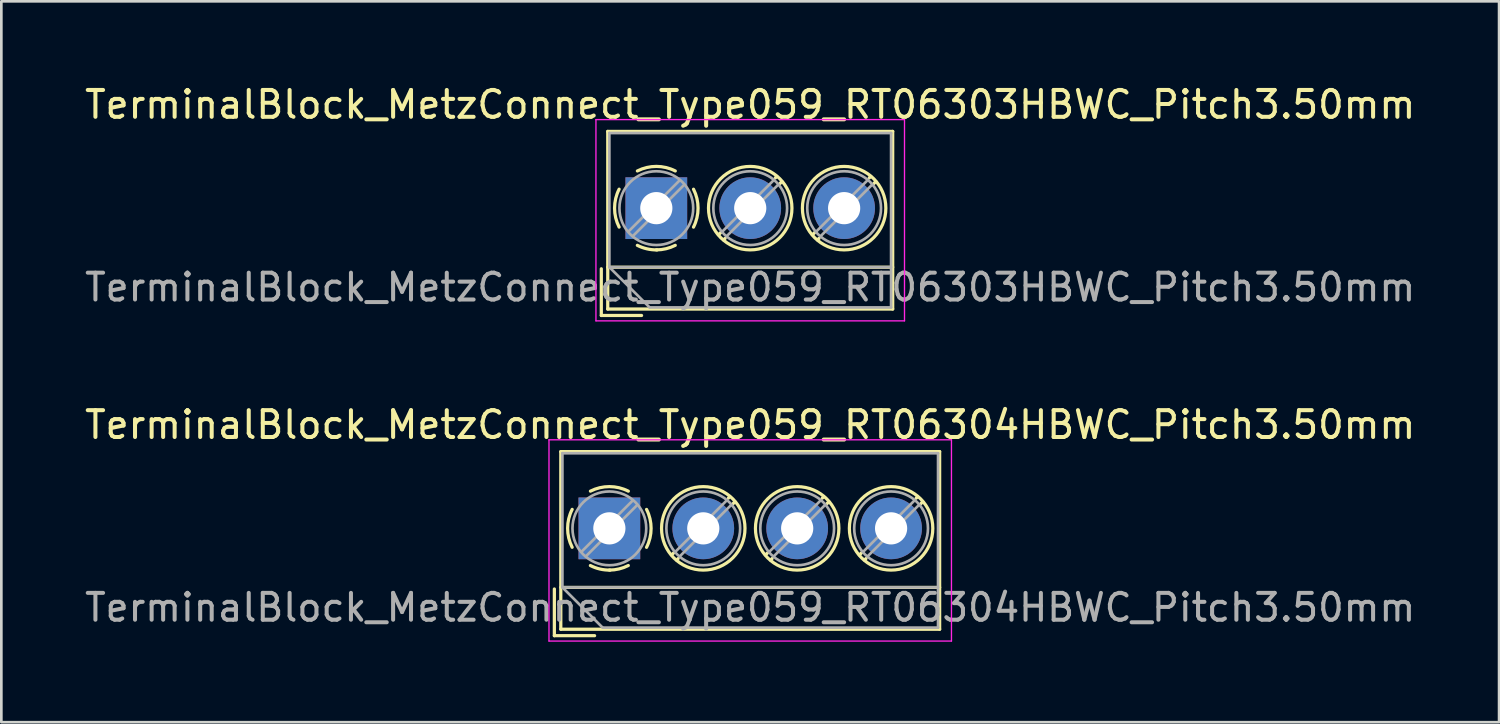
<source format=kicad_pcb>
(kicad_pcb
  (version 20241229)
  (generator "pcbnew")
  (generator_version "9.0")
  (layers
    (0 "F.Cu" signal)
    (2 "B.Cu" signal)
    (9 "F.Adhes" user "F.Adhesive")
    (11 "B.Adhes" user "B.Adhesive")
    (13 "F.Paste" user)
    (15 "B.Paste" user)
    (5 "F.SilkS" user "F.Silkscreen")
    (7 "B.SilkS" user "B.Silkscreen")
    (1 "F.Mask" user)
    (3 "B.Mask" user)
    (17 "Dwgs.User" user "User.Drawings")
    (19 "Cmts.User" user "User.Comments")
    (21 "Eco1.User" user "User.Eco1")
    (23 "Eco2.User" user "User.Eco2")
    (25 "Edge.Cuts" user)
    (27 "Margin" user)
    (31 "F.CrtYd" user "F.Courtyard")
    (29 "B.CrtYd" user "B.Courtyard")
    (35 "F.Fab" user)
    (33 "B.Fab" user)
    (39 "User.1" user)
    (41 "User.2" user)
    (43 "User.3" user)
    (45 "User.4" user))
  (footprint "TerminalBlock_MetzConnect_Type059_RT06303HBWC_Pitch3.50mm"
    (layer "F.Cu")
    (at 21.411 4.708)
    (property "Reference" "TerminalBlock_MetzConnect_Type059_RT06303HBWC_Pitch3.50mm" (at 3.5 -3.86 0) (layer "F.SilkS") (effects (font (size 1 1) (thickness 0.15))))
    (attr through_hole)
    (fp_line (start -2.05 2.26) (end -2.05 4) (stroke (width 0.12) (type solid)) (layer "F.SilkS"))
    (fp_line (start -2.05 4) (end -0.55 4) (stroke (width 0.12) (type solid)) (layer "F.SilkS"))
    (fp_line (start -1.81 -2.86) (end -1.81 3.76) (stroke (width 0.12) (type solid)) (layer "F.SilkS"))
    (fp_line (start -1.81 2.2) (end 8.81 2.2) (stroke (width 0.12) (type solid)) (layer "F.SilkS"))
    (fp_line (start -1.81 3.76) (end 8.81 3.76) (stroke (width 0.12) (type solid)) (layer "F.SilkS"))
    (fp_line (start 2.397 0.914) (end 2.321 0.99) (stroke (width 0.12) (type solid)) (layer "F.SilkS"))
    (fp_line (start 2.565 1.125) (end 2.511 1.18) (stroke (width 0.12) (type solid)) (layer "F.SilkS"))
    (fp_line (start 4.49 -1.18) (end 4.436 -1.126) (stroke (width 0.12) (type solid)) (layer "F.SilkS"))
    (fp_line (start 4.68 -0.99) (end 4.604 -0.914) (stroke (width 0.12) (type solid)) (layer "F.SilkS"))
    (fp_line (start 5.897 0.914) (end 5.821 0.99) (stroke (width 0.12) (type solid)) (layer "F.SilkS"))
    (fp_line (start 6.065 1.125) (end 6.011 1.18) (stroke (width 0.12) (type solid)) (layer "F.SilkS"))
    (fp_line (start 7.99 -1.18) (end 7.936 -1.126) (stroke (width 0.12) (type solid)) (layer "F.SilkS"))
    (fp_line (start 8.18 -0.99) (end 8.104 -0.914) (stroke (width 0.12) (type solid)) (layer "F.SilkS"))
    (fp_line (start 8.81 -2.86) (end -1.81 -2.86) (stroke (width 0.12) (type solid)) (layer "F.SilkS"))
    (fp_line (start 8.81 3.76) (end 8.81 -2.86) (stroke (width 0.12) (type solid)) (layer "F.SilkS"))
    (fp_arc (start -1.386645 0.705733) (mid -1.555906 -0.000711) (end -1.386 -0.707) (stroke (width 0.12) (type solid)) (layer "F.SilkS"))
    (fp_arc (start -0.705733 -1.386645) (mid 0.000711 -1.555906) (end 0.707 -1.386) (stroke (width 0.12) (type solid)) (layer "F.SilkS"))
    (fp_arc (start 0.026444 1.555682) (mid -0.350695 1.515869) (end -0.707 1.386) (stroke (width 0.12) (type solid)) (layer "F.SilkS"))
    (fp_arc (start 0.705955 1.385515) (mid 0.363007 1.512035) (end 0 1.555) (stroke (width 0.12) (type solid)) (layer "F.SilkS"))
    (fp_arc (start 1.386645 -0.705733) (mid 1.555906 0.000711) (end 1.386 0.707) (stroke (width 0.12) (type solid)) (layer "F.SilkS"))
    (fp_circle (center 3.5 0) (end 5.055 0) (stroke (width 0.12) (type solid)) (fill no) (layer "F.SilkS"))
    (fp_circle (center 7 0) (end 8.555 0) (stroke (width 0.12) (type solid)) (fill no) (layer "F.SilkS"))
    (fp_line (start -2.25 -3.3) (end -2.25 4.2) (stroke (width 0.05) (type solid)) (layer "F.CrtYd"))
    (fp_line (start -2.25 4.2) (end 9.25 4.2) (stroke (width 0.05) (type solid)) (layer "F.CrtYd"))
    (fp_line (start 9.25 -3.3) (end -2.25 -3.3) (stroke (width 0.05) (type solid)) (layer "F.CrtYd"))
    (fp_line (start 9.25 4.2) (end 9.25 -3.3) (stroke (width 0.05) (type solid)) (layer "F.CrtYd"))
    (fp_line (start -1.75 -2.8) (end 8.75 -2.8) (stroke (width 0.1) (type solid)) (layer "F.Fab"))
    (fp_line (start -1.75 2.2) (end -1.75 -2.8) (stroke (width 0.1) (type solid)) (layer "F.Fab"))
    (fp_line (start -1.75 2.2) (end 8.75 2.2) (stroke (width 0.1) (type solid)) (layer "F.Fab"))
    (fp_line (start -0.25 3.7) (end -1.75 2.2) (stroke (width 0.1) (type solid)) (layer "F.Fab"))
    (fp_line (start 0.876 -1.043) (end -1.043 0.875) (stroke (width 0.1) (type solid)) (layer "F.Fab"))
    (fp_line (start 1.043 -0.875) (end -0.876 1.043) (stroke (width 0.1) (type solid)) (layer "F.Fab"))
    (fp_line (start 4.376 -1.043) (end 2.458 0.875) (stroke (width 0.1) (type solid)) (layer "F.Fab"))
    (fp_line (start 4.543 -0.875) (end 2.625 1.043) (stroke (width 0.1) (type solid)) (layer "F.Fab"))
    (fp_line (start 7.876 -1.043) (end 5.958 0.875) (stroke (width 0.1) (type solid)) (layer "F.Fab"))
    (fp_line (start 8.043 -0.875) (end 6.125 1.043) (stroke (width 0.1) (type solid)) (layer "F.Fab"))
    (fp_line (start 8.75 -2.8) (end 8.75 3.7) (stroke (width 0.1) (type solid)) (layer "F.Fab"))
    (fp_line (start 8.75 3.7) (end -0.25 3.7) (stroke (width 0.1) (type solid)) (layer "F.Fab"))
    (fp_circle (center 0 0) (end 1.375 0) (stroke (width 0.1) (type solid)) (fill no) (layer "F.Fab"))
    (fp_circle (center 3.5 0) (end 4.875 0) (stroke (width 0.1) (type solid)) (fill no) (layer "F.Fab"))
    (fp_circle (center 7 0) (end 8.375 0) (stroke (width 0.1) (type solid)) (fill no) (layer "F.Fab"))
    (fp_text user "${REFERENCE}" (at 3.5 2.95 0) (layer "F.Fab") (effects (font (size 1 1) (thickness 0.15))))
    (pad "1" thru_hole rect (at 0 0) (size 2.3 2.3) (drill 1.2) (layers "*.Cu" "*.Mask"))
    (pad "2" thru_hole circle (at 3.5 0) (size 2.3 2.3) (drill 1.2) (layers "*.Cu" "*.Mask"))
    (pad "3" thru_hole circle (at 7 0) (size 2.3 2.3) (drill 1.2) (layers "*.Cu" "*.Mask")))
  (footprint "TerminalBlock_MetzConnect_Type059_RT06304HBWC_Pitch3.50mm"
    (layer "F.Cu")
    (at 19.661 16.642)
    (property "Reference" "TerminalBlock_MetzConnect_Type059_RT06304HBWC_Pitch3.50mm" (at 5.25 -3.86 0) (layer "F.SilkS") (effects (font (size 1 1) (thickness 0.15))))
    (attr through_hole)
    (fp_line (start -2.05 2.26) (end -2.05 4) (stroke (width 0.12) (type solid)) (layer "F.SilkS"))
    (fp_line (start -2.05 4) (end -0.55 4) (stroke (width 0.12) (type solid)) (layer "F.SilkS"))
    (fp_line (start -1.81 -2.86) (end -1.81 3.76) (stroke (width 0.12) (type solid)) (layer "F.SilkS"))
    (fp_line (start -1.81 2.2) (end 12.31 2.2) (stroke (width 0.12) (type solid)) (layer "F.SilkS"))
    (fp_line (start -1.81 3.76) (end 12.31 3.76) (stroke (width 0.12) (type solid)) (layer "F.SilkS"))
    (fp_line (start 2.397 0.914) (end 2.321 0.99) (stroke (width 0.12) (type solid)) (layer "F.SilkS"))
    (fp_line (start 2.565 1.125) (end 2.511 1.18) (stroke (width 0.12) (type solid)) (layer "F.SilkS"))
    (fp_line (start 4.49 -1.18) (end 4.436 -1.126) (stroke (width 0.12) (type solid)) (layer "F.SilkS"))
    (fp_line (start 4.68 -0.99) (end 4.604 -0.914) (stroke (width 0.12) (type solid)) (layer "F.SilkS"))
    (fp_line (start 5.897 0.914) (end 5.821 0.99) (stroke (width 0.12) (type solid)) (layer "F.SilkS"))
    (fp_line (start 6.065 1.125) (end 6.011 1.18) (stroke (width 0.12) (type solid)) (layer "F.SilkS"))
    (fp_line (start 7.99 -1.18) (end 7.936 -1.126) (stroke (width 0.12) (type solid)) (layer "F.SilkS"))
    (fp_line (start 8.18 -0.99) (end 8.104 -0.914) (stroke (width 0.12) (type solid)) (layer "F.SilkS"))
    (fp_line (start 9.397 0.914) (end 9.321 0.99) (stroke (width 0.12) (type solid)) (layer "F.SilkS"))
    (fp_line (start 9.565 1.125) (end 9.511 1.18) (stroke (width 0.12) (type solid)) (layer "F.SilkS"))
    (fp_line (start 11.49 -1.18) (end 11.436 -1.126) (stroke (width 0.12) (type solid)) (layer "F.SilkS"))
    (fp_line (start 11.68 -0.99) (end 11.604 -0.914) (stroke (width 0.12) (type solid)) (layer "F.SilkS"))
    (fp_line (start 12.31 -2.86) (end -1.81 -2.86) (stroke (width 0.12) (type solid)) (layer "F.SilkS"))
    (fp_line (start 12.31 3.76) (end 12.31 -2.86) (stroke (width 0.12) (type solid)) (layer "F.SilkS"))
    (fp_arc (start -1.386645 0.705733) (mid -1.555906 -0.000711) (end -1.386 -0.707) (stroke (width 0.12) (type solid)) (layer "F.SilkS"))
    (fp_arc (start -0.705733 -1.386645) (mid 0.000711 -1.555906) (end 0.707 -1.386) (stroke (width 0.12) (type solid)) (layer "F.SilkS"))
    (fp_arc (start 0.026444 1.555682) (mid -0.350695 1.515869) (end -0.707 1.386) (stroke (width 0.12) (type solid)) (layer "F.SilkS"))
    (fp_arc (start 0.705955 1.385515) (mid 0.363007 1.512035) (end 0 1.555) (stroke (width 0.12) (type solid)) (layer "F.SilkS"))
    (fp_arc (start 1.386645 -0.705733) (mid 1.555906 0.000711) (end 1.386 0.707) (stroke (width 0.12) (type solid)) (layer "F.SilkS"))
    (fp_circle (center 3.5 0) (end 5.055 0) (stroke (width 0.12) (type solid)) (fill no) (layer "F.SilkS"))
    (fp_circle (center 7 0) (end 8.555 0) (stroke (width 0.12) (type solid)) (fill no) (layer "F.SilkS"))
    (fp_circle (center 10.5 0) (end 12.055 0) (stroke (width 0.12) (type solid)) (fill no) (layer "F.SilkS"))
    (fp_line (start -2.25 -3.3) (end -2.25 4.2) (stroke (width 0.05) (type solid)) (layer "F.CrtYd"))
    (fp_line (start -2.25 4.2) (end 12.75 4.2) (stroke (width 0.05) (type solid)) (layer "F.CrtYd"))
    (fp_line (start 12.75 -3.3) (end -2.25 -3.3) (stroke (width 0.05) (type solid)) (layer "F.CrtYd"))
    (fp_line (start 12.75 4.2) (end 12.75 -3.3) (stroke (width 0.05) (type solid)) (layer "F.CrtYd"))
    (fp_line (start -1.75 -2.8) (end 12.25 -2.8) (stroke (width 0.1) (type solid)) (layer "F.Fab"))
    (fp_line (start -1.75 2.2) (end -1.75 -2.8) (stroke (width 0.1) (type solid)) (layer "F.Fab"))
    (fp_line (start -1.75 2.2) (end 12.25 2.2) (stroke (width 0.1) (type solid)) (layer "F.Fab"))
    (fp_line (start -0.25 3.7) (end -1.75 2.2) (stroke (width 0.1) (type solid)) (layer "F.Fab"))
    (fp_line (start 0.876 -1.043) (end -1.043 0.875) (stroke (width 0.1) (type solid)) (layer "F.Fab"))
    (fp_line (start 1.043 -0.875) (end -0.876 1.043) (stroke (width 0.1) (type solid)) (layer "F.Fab"))
    (fp_line (start 4.376 -1.043) (end 2.458 0.875) (stroke (width 0.1) (type solid)) (layer "F.Fab"))
    (fp_line (start 4.543 -0.875) (end 2.625 1.043) (stroke (width 0.1) (type solid)) (layer "F.Fab"))
    (fp_line (start 7.876 -1.043) (end 5.958 0.875) (stroke (width 0.1) (type solid)) (layer "F.Fab"))
    (fp_line (start 8.043 -0.875) (end 6.125 1.043) (stroke (width 0.1) (type solid)) (layer "F.Fab"))
    (fp_line (start 11.376 -1.043) (end 9.458 0.875) (stroke (width 0.1) (type solid)) (layer "F.Fab"))
    (fp_line (start 11.543 -0.875) (end 9.625 1.043) (stroke (width 0.1) (type solid)) (layer "F.Fab"))
    (fp_line (start 12.25 -2.8) (end 12.25 3.7) (stroke (width 0.1) (type solid)) (layer "F.Fab"))
    (fp_line (start 12.25 3.7) (end -0.25 3.7) (stroke (width 0.1) (type solid)) (layer "F.Fab"))
    (fp_circle (center 0 0) (end 1.375 0) (stroke (width 0.1) (type solid)) (fill no) (layer "F.Fab"))
    (fp_circle (center 3.5 0) (end 4.875 0) (stroke (width 0.1) (type solid)) (fill no) (layer "F.Fab"))
    (fp_circle (center 7 0) (end 8.375 0) (stroke (width 0.1) (type solid)) (fill no) (layer "F.Fab"))
    (fp_circle (center 10.5 0) (end 11.875 0) (stroke (width 0.1) (type solid)) (fill no) (layer "F.Fab"))
    (fp_text user "${REFERENCE}" (at 5.25 2.95 0) (layer "F.Fab") (effects (font (size 1 1) (thickness 0.15))))
    (pad "1" thru_hole rect (at 0 0) (size 2.3 2.3) (drill 1.2) (layers "*.Cu" "*.Mask"))
    (pad "2" thru_hole circle (at 3.5 0) (size 2.3 2.3) (drill 1.2) (layers "*.Cu" "*.Mask"))
    (pad "3" thru_hole circle (at 7 0) (size 2.3 2.3) (drill 1.2) (layers "*.Cu" "*.Mask"))
    (pad "4" thru_hole circle (at 10.5 0) (size 2.3 2.3) (drill 1.2) (layers "*.Cu" "*.Mask")))
  (gr_rect
    (start -3 -3)
    (end 52.821 23.866)
    (stroke (width 0.1) (type default))
    (fill no)
    (layer "Edge.Cuts")))
</source>
